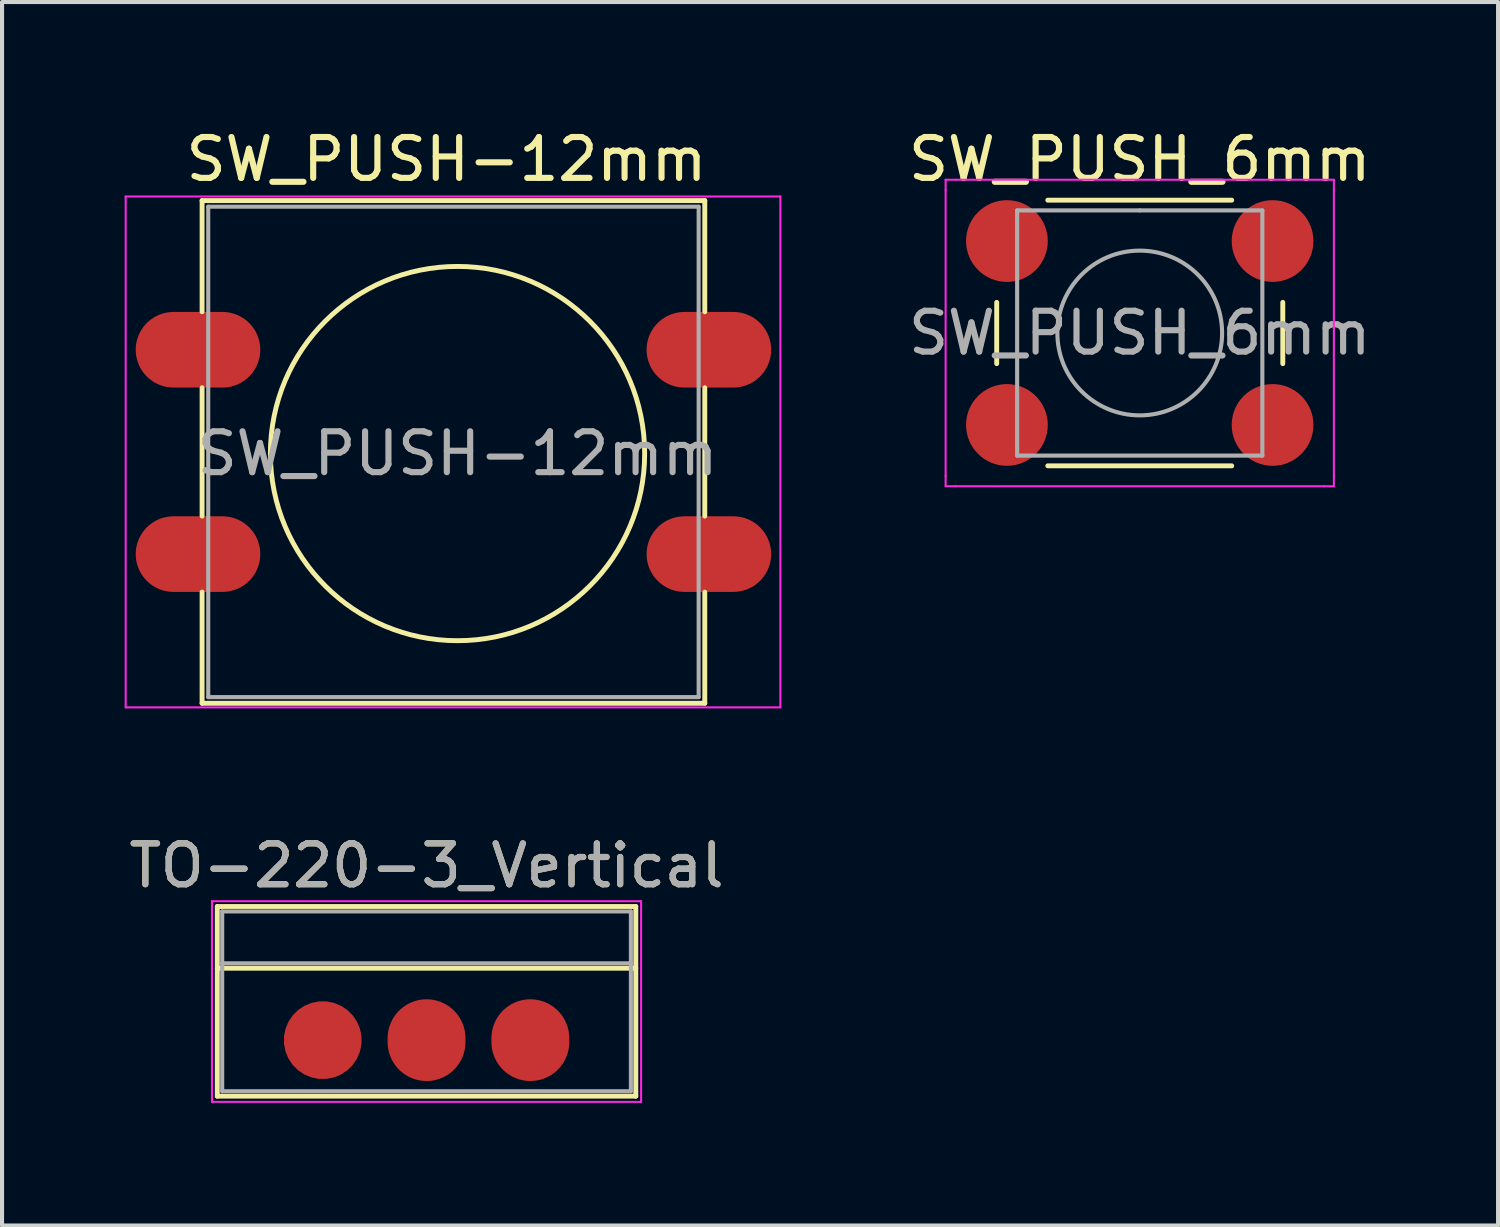
<source format=kicad_pcb>
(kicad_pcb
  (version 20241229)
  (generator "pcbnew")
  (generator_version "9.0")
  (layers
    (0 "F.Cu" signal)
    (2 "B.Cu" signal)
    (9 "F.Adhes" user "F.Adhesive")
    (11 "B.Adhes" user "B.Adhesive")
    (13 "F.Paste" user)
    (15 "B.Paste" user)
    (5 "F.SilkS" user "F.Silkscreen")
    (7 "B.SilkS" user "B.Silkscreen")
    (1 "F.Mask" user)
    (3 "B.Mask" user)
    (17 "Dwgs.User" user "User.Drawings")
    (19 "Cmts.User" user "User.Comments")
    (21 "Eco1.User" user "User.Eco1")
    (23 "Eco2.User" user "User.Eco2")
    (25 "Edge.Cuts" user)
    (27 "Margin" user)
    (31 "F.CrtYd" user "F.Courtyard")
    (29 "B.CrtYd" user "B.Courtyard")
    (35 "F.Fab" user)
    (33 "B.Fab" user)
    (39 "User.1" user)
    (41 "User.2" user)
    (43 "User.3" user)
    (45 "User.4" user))
  (footprint "TO-220-3_Vertical"
    (layer "F.Cu")
    (at 4.847 22.401)
    (property "Reference" "TO-220-3_Vertical" (at 2.54 -4.27 0) (layer "F.SilkS") (effects (font (size 1 1) (thickness 0.15))))
    (attr through_hole)
    (fp_line (start -2.58 -3.27) (end -2.58 1.371) (stroke (width 0.12) (type solid)) (layer "F.SilkS"))
    (fp_line (start -2.58 -3.27) (end 7.66 -3.27) (stroke (width 0.12) (type solid)) (layer "F.SilkS"))
    (fp_line (start -2.58 -1.76) (end 7.66 -1.76) (stroke (width 0.12) (type solid)) (layer "F.SilkS"))
    (fp_line (start -2.58 1.371) (end 7.66 1.371) (stroke (width 0.12) (type solid)) (layer "F.SilkS"))
    (fp_line (start 7.66 -3.27) (end 7.66 1.371) (stroke (width 0.12) (type solid)) (layer "F.SilkS"))
    (fp_line (start -2.71 -3.4) (end -2.71 1.51) (stroke (width 0.05) (type solid)) (layer "F.CrtYd"))
    (fp_line (start -2.71 1.51) (end 7.79 1.51) (stroke (width 0.05) (type solid)) (layer "F.CrtYd"))
    (fp_line (start 7.79 -3.4) (end -2.71 -3.4) (stroke (width 0.05) (type solid)) (layer "F.CrtYd"))
    (fp_line (start 7.79 1.51) (end 7.79 -3.4) (stroke (width 0.05) (type solid)) (layer "F.CrtYd"))
    (fp_line (start -2.46 -3.15) (end -2.46 1.25) (stroke (width 0.1) (type solid)) (layer "F.Fab"))
    (fp_line (start -2.46 -1.88) (end 7.54 -1.88) (stroke (width 0.1) (type solid)) (layer "F.Fab"))
    (fp_line (start -2.46 1.25) (end 7.54 1.25) (stroke (width 0.1) (type solid)) (layer "F.Fab"))
    (fp_line (start 7.54 -3.15) (end -2.46 -3.15) (stroke (width 0.1) (type solid)) (layer "F.Fab"))
    (fp_line (start 7.54 1.25) (end 7.54 -3.15) (stroke (width 0.1) (type solid)) (layer "F.Fab"))
    (fp_text user "${REFERENCE}" (at 2.54 -4.27 0) (layer "F.Fab") (effects (font (size 1 1) (thickness 0.15))))
    (pad "1" smd custom (at 0 0) (size 1.905 1.905) (layers "F.Cu" "F.Mask" "F.Paste") (options (anchor circle)) (primitives))
    (pad "2" smd oval (at 2.54 0) (size 1.905 2) (layers "F.Cu" "F.Mask" "F.Paste"))
    (pad "3" smd oval (at 5.08 0) (size 1.905 2) (layers "F.Cu" "F.Mask" "F.Paste")))
  (footprint "SW_PUSH-12mm"
    (layer "F.Cu")
    (at 1.795 5.508)
    (property "Reference" "SW_PUSH-12mm" (at 6.08 -4.66 0) (layer "F.SilkS") (effects (font (size 1 1) (thickness 0.15))))
    (attr through_hole)
    (fp_line (start 0.1 -3.65) (end 12.4 -3.65) (stroke (width 0.12) (type solid)) (layer "F.SilkS"))
    (fp_line (start 0.1 -0.93) (end 0.1 -3.65) (stroke (width 0.12) (type solid)) (layer "F.SilkS"))
    (fp_line (start 0.1 4.07) (end 0.1 0.93) (stroke (width 0.12) (type solid)) (layer "F.SilkS"))
    (fp_line (start 0.1 8.65) (end 0.1 5.93) (stroke (width 0.12) (type solid)) (layer "F.SilkS"))
    (fp_line (start 12.4 -3.65) (end 12.4 -0.93) (stroke (width 0.12) (type solid)) (layer "F.SilkS"))
    (fp_line (start 12.4 0.93) (end 12.4 4.07) (stroke (width 0.12) (type solid)) (layer "F.SilkS"))
    (fp_line (start 12.4 5.93) (end 12.4 8.65) (stroke (width 0.12) (type solid)) (layer "F.SilkS"))
    (fp_line (start 12.4 8.65) (end 0.1 8.65) (stroke (width 0.12) (type solid)) (layer "F.SilkS"))
    (fp_circle (center 6.35 2.54) (end 10.16 5.08) (stroke (width 0.12) (type solid)) (fill no) (layer "F.SilkS"))
    (fp_line (start -1.77 -3.75) (end -1.77 8.75) (stroke (width 0.05) (type solid)) (layer "F.CrtYd"))
    (fp_line (start -1.77 -3.75) (end 14.25 -3.75) (stroke (width 0.05) (type solid)) (layer "F.CrtYd"))
    (fp_line (start 14.25 8.75) (end -1.77 8.75) (stroke (width 0.05) (type solid)) (layer "F.CrtYd"))
    (fp_line (start 14.25 8.75) (end 14.25 -3.75) (stroke (width 0.05) (type solid)) (layer "F.CrtYd"))
    (fp_line (start 0.25 -3.5) (end 0.25 8.5) (stroke (width 0.1) (type solid)) (layer "F.Fab"))
    (fp_line (start 0.25 -3.5) (end 12.25 -3.5) (stroke (width 0.1) (type solid)) (layer "F.Fab"))
    (fp_line (start 0.25 8.5) (end 12.25 8.5) (stroke (width 0.1) (type solid)) (layer "F.Fab"))
    (fp_line (start 12.25 -3.5) (end 12.25 8.5) (stroke (width 0.1) (type solid)) (layer "F.Fab"))
    (fp_text user "${REFERENCE}" (at 6.35 2.54 0) (layer "F.Fab") (effects (font (size 1 1) (thickness 0.15))))
    (pad "1" smd oval (at 0 0) (size 3.048 1.85) (layers "F.Cu" "F.Mask" "F.Paste"))
    (pad "1" smd oval (at 12.5 0) (size 3.048 1.85) (layers "F.Cu" "F.Mask" "F.Paste"))
    (pad "2" smd oval (at 0 5) (size 3.048 1.85) (layers "F.Cu" "F.Mask" "F.Paste"))
    (pad "2" smd oval (at 12.5 5) (size 3.048 1.85) (layers "F.Cu" "F.Mask" "F.Paste")))
  (footprint "SW_PUSH_6mm"
    (layer "F.Cu")
    (at 21.588 2.848)
    (property "Reference" "SW_PUSH_6mm" (at 3.25 -2 0) (layer "F.SilkS") (effects (font (size 1 1) (thickness 0.15))))
    (attr through_hole)
    (fp_line (start -0.25 1.5) (end -0.25 3) (stroke (width 0.12) (type solid)) (layer "F.SilkS"))
    (fp_line (start 1 5.5) (end 5.5 5.5) (stroke (width 0.12) (type solid)) (layer "F.SilkS"))
    (fp_line (start 5.5 -1) (end 1 -1) (stroke (width 0.12) (type solid)) (layer "F.SilkS"))
    (fp_line (start 6.75 3) (end 6.75 1.5) (stroke (width 0.12) (type solid)) (layer "F.SilkS"))
    (fp_line (start -1.5 -1.5) (end -1.25 -1.5) (stroke (width 0.05) (type solid)) (layer "F.CrtYd"))
    (fp_line (start -1.5 -1.25) (end -1.5 -1.5) (stroke (width 0.05) (type solid)) (layer "F.CrtYd"))
    (fp_line (start -1.5 5.75) (end -1.5 -1.25) (stroke (width 0.05) (type solid)) (layer "F.CrtYd"))
    (fp_line (start -1.5 5.75) (end -1.5 6) (stroke (width 0.05) (type solid)) (layer "F.CrtYd"))
    (fp_line (start -1.5 6) (end -1.25 6) (stroke (width 0.05) (type solid)) (layer "F.CrtYd"))
    (fp_line (start -1.25 -1.5) (end 7.75 -1.5) (stroke (width 0.05) (type solid)) (layer "F.CrtYd"))
    (fp_line (start 7.75 -1.5) (end 8 -1.5) (stroke (width 0.05) (type solid)) (layer "F.CrtYd"))
    (fp_line (start 7.75 6) (end -1.25 6) (stroke (width 0.05) (type solid)) (layer "F.CrtYd"))
    (fp_line (start 7.75 6) (end 8 6) (stroke (width 0.05) (type solid)) (layer "F.CrtYd"))
    (fp_line (start 8 -1.5) (end 8 -1.25) (stroke (width 0.05) (type solid)) (layer "F.CrtYd"))
    (fp_line (start 8 -1.25) (end 8 5.75) (stroke (width 0.05) (type solid)) (layer "F.CrtYd"))
    (fp_line (start 8 6) (end 8 5.75) (stroke (width 0.05) (type solid)) (layer "F.CrtYd"))
    (fp_line (start 0.25 -0.75) (end 3.25 -0.75) (stroke (width 0.1) (type solid)) (layer "F.Fab"))
    (fp_line (start 0.25 5.25) (end 0.25 -0.75) (stroke (width 0.1) (type solid)) (layer "F.Fab"))
    (fp_line (start 3.25 -0.75) (end 6.25 -0.75) (stroke (width 0.1) (type solid)) (layer "F.Fab"))
    (fp_line (start 6.25 -0.75) (end 6.25 5.25) (stroke (width 0.1) (type solid)) (layer "F.Fab"))
    (fp_line (start 6.25 5.25) (end 0.25 5.25) (stroke (width 0.1) (type solid)) (layer "F.Fab"))
    (fp_circle (center 3.25 2.25) (end 1.25 2.5) (stroke (width 0.1) (type solid)) (fill no) (layer "F.Fab"))
    (fp_text user "${REFERENCE}" (at 3.25 2.25 0) (layer "F.Fab") (effects (font (size 1 1) (thickness 0.15))))
    (pad "1" smd circle (at 0 0 90) (size 2 2) (layers "F.Cu" "F.Mask" "F.Paste"))
    (pad "1" smd circle (at 6.5 0 90) (size 2 2) (layers "F.Cu" "F.Mask" "F.Paste"))
    (pad "2" smd circle (at 0 4.5 90) (size 2 2) (layers "F.Cu" "F.Mask" "F.Paste"))
    (pad "2" smd circle (at 6.5 4.5 90) (size 2 2) (layers "F.Cu" "F.Mask" "F.Paste")))
  (gr_rect
    (start -3 -3)
    (end 33.606 26.936)
    (stroke (width 0.1) (type default))
    (fill no)
    (layer "Edge.Cuts")))
</source>
